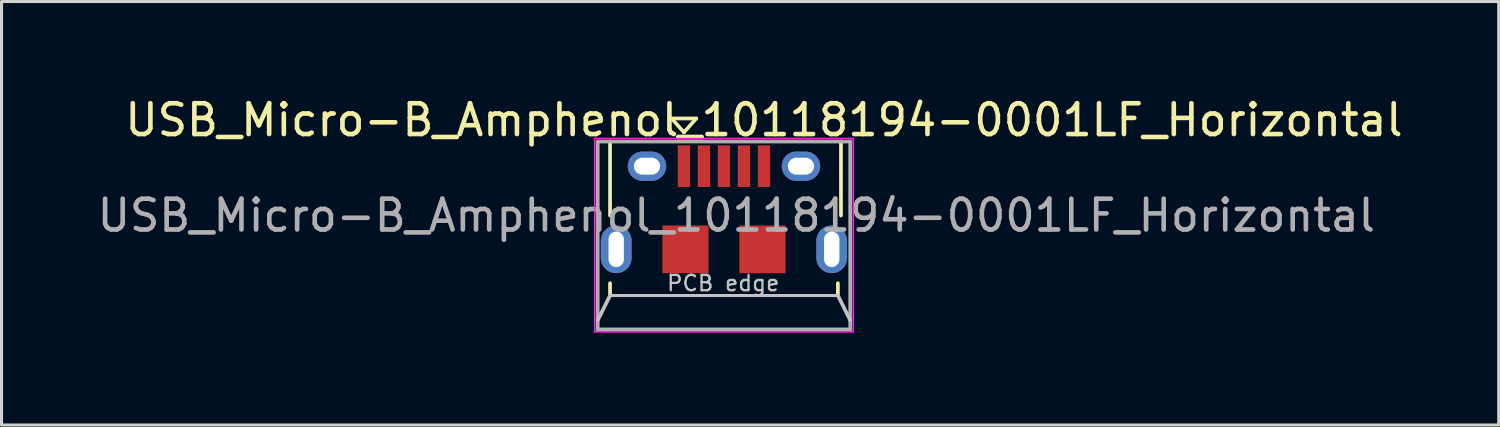
<source format=kicad_pcb>
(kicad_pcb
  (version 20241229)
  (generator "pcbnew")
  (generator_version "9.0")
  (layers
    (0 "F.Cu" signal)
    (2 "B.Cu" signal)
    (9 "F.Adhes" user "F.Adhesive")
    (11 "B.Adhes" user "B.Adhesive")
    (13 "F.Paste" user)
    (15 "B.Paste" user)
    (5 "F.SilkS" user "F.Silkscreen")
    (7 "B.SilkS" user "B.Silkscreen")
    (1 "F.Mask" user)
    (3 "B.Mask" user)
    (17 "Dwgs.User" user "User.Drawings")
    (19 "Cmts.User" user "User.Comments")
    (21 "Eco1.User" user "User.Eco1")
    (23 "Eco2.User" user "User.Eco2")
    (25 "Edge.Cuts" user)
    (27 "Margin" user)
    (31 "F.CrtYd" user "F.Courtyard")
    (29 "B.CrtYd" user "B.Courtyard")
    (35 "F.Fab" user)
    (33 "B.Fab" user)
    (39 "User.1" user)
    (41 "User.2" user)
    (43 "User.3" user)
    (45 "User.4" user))
  (footprint "USB_Micro-B_Amphenol_10118194-0001LF_Horizontal"
    (layer "F.Cu")
    (at 20.463 5.048)
    (property "Reference" "USB_Micro-B_Amphenol_10118194-0001LF_Horizontal" (at 1.3 -4.2 0) (layer "F.SilkS") (effects (font (size 1 1) (thickness 0.15))))
    (attr smd)
    (fp_line (start -3.7 -1.1) (end -3.7 -3.5) (stroke (width 0.12) (type solid)) (layer "F.SilkS"))
    (fp_line (start -3.7 1.5) (end -3.7 1.1) (stroke (width 0.12) (type solid)) (layer "F.SilkS"))
    (fp_line (start -1.7 -4.25) (end -0.9 -4.25) (stroke (width 0.12) (type solid)) (layer "F.SilkS"))
    (fp_line (start -1.3 -3.8) (end -1.7 -4.25) (stroke (width 0.12) (type solid)) (layer "F.SilkS"))
    (fp_line (start -0.9 -4.25) (end -1.3 -3.8) (stroke (width 0.12) (type solid)) (layer "F.SilkS"))
    (fp_line (start 3.7 1.5) (end 3.7 1.1) (stroke (width 0.12) (type solid)) (layer "F.SilkS"))
    (fp_line (start 3.8 -1.1) (end 3.8 -3.5) (stroke (width 0.12) (type solid)) (layer "F.SilkS"))
    (fp_line (start -4.1 2.3) (end -3.7 1.5) (stroke (width 0.12) (type solid)) (layer "Dwgs.User"))
    (fp_line (start -3.7 1.5) (end 3.7 1.5) (stroke (width 0.1) (type solid)) (layer "Dwgs.User"))
    (fp_line (start 4.1 2.3) (end 3.7 1.5) (stroke (width 0.12) (type solid)) (layer "Dwgs.User"))
    (fp_line (start -4.2 -3.6) (end -4.2 2.68) (stroke (width 0.05) (type solid)) (layer "F.CrtYd"))
    (fp_line (start -4.2 -3.6) (end 4.2 -3.6) (stroke (width 0.05) (type solid)) (layer "F.CrtYd"))
    (fp_line (start 4.2 2.68) (end -4.2 2.68) (stroke (width 0.05) (type solid)) (layer "F.CrtYd"))
    (fp_line (start 4.2 2.68) (end 4.2 -3.6) (stroke (width 0.05) (type solid)) (layer "F.CrtYd"))
    (fp_line (start -4.1 -3.5) (end 4.1 -3.5) (stroke (width 0.12) (type solid)) (layer "F.Fab"))
    (fp_line (start -4.1 2.6) (end -4.1 -3.5) (stroke (width 0.12) (type solid)) (layer "F.Fab"))
    (fp_line (start 4.1 -3.5) (end 4.1 2.6) (stroke (width 0.12) (type solid)) (layer "F.Fab"))
    (fp_line (start 4.1 2.6) (end -4.1 2.6) (stroke (width 0.12) (type solid)) (layer "F.Fab"))
    (fp_text user "PCB edge" (at -0.025 1.1 0) (layer "Dwgs.User") (effects (font (size 0.5 0.5) (thickness 0.075))))
    (fp_text user "${REFERENCE}" (at 0.4 -1.1 0) (layer "F.Fab") (effects (font (size 1 1) (thickness 0.15))))
    (pad "1" smd rect (at -1.3 -2.7) (size 0.4 1.35) (layers "F.Cu" "F.Mask" "F.Paste"))
    (pad "2" smd rect (at -0.65 -2.7) (size 0.4 1.35) (layers "F.Cu" "F.Mask" "F.Paste"))
    (pad "3" smd rect (at 0 -2.7) (size 0.4 1.35) (layers "F.Cu" "F.Mask" "F.Paste"))
    (pad "4" smd rect (at 0.65 -2.7) (size 0.4 1.35) (layers "F.Cu" "F.Mask" "F.Paste"))
    (pad "5" smd rect (at 1.3 -2.7) (size 0.4 1.35) (layers "F.Cu" "F.Mask" "F.Paste"))
    (pad "6" thru_hole oval (at -3.5 0) (size 1 1.55) (drill oval 0.5 1.15) (layers "*.Cu" "*.Mask"))
    (pad "6" thru_hole oval (at -2.5 -2.7) (size 1.25 0.95) (drill oval 0.85 0.55) (layers "*.Cu" "*.Mask"))
    (pad "6" smd rect (at -1.25 0) (size 1.5 1.55) (layers "F.Cu" "F.Mask" "F.Paste"))
    (pad "6" smd rect (at 1.25 0) (size 1.5 1.55) (layers "F.Cu" "F.Mask" "F.Paste"))
    (pad "6" thru_hole oval (at 2.5 -2.7) (size 1.25 0.95) (drill oval 0.85 0.55) (layers "*.Cu" "*.Mask"))
    (pad "6" thru_hole oval (at 3.5 0) (size 1 1.55) (drill oval 0.5 1.15) (layers "*.Cu" "*.Mask")))
  (gr_rect
    (start -3 -3)
    (end 45.626 10.753)
    (stroke (width 0.1) (type default))
    (fill no)
    (layer "Edge.Cuts")))
</source>
